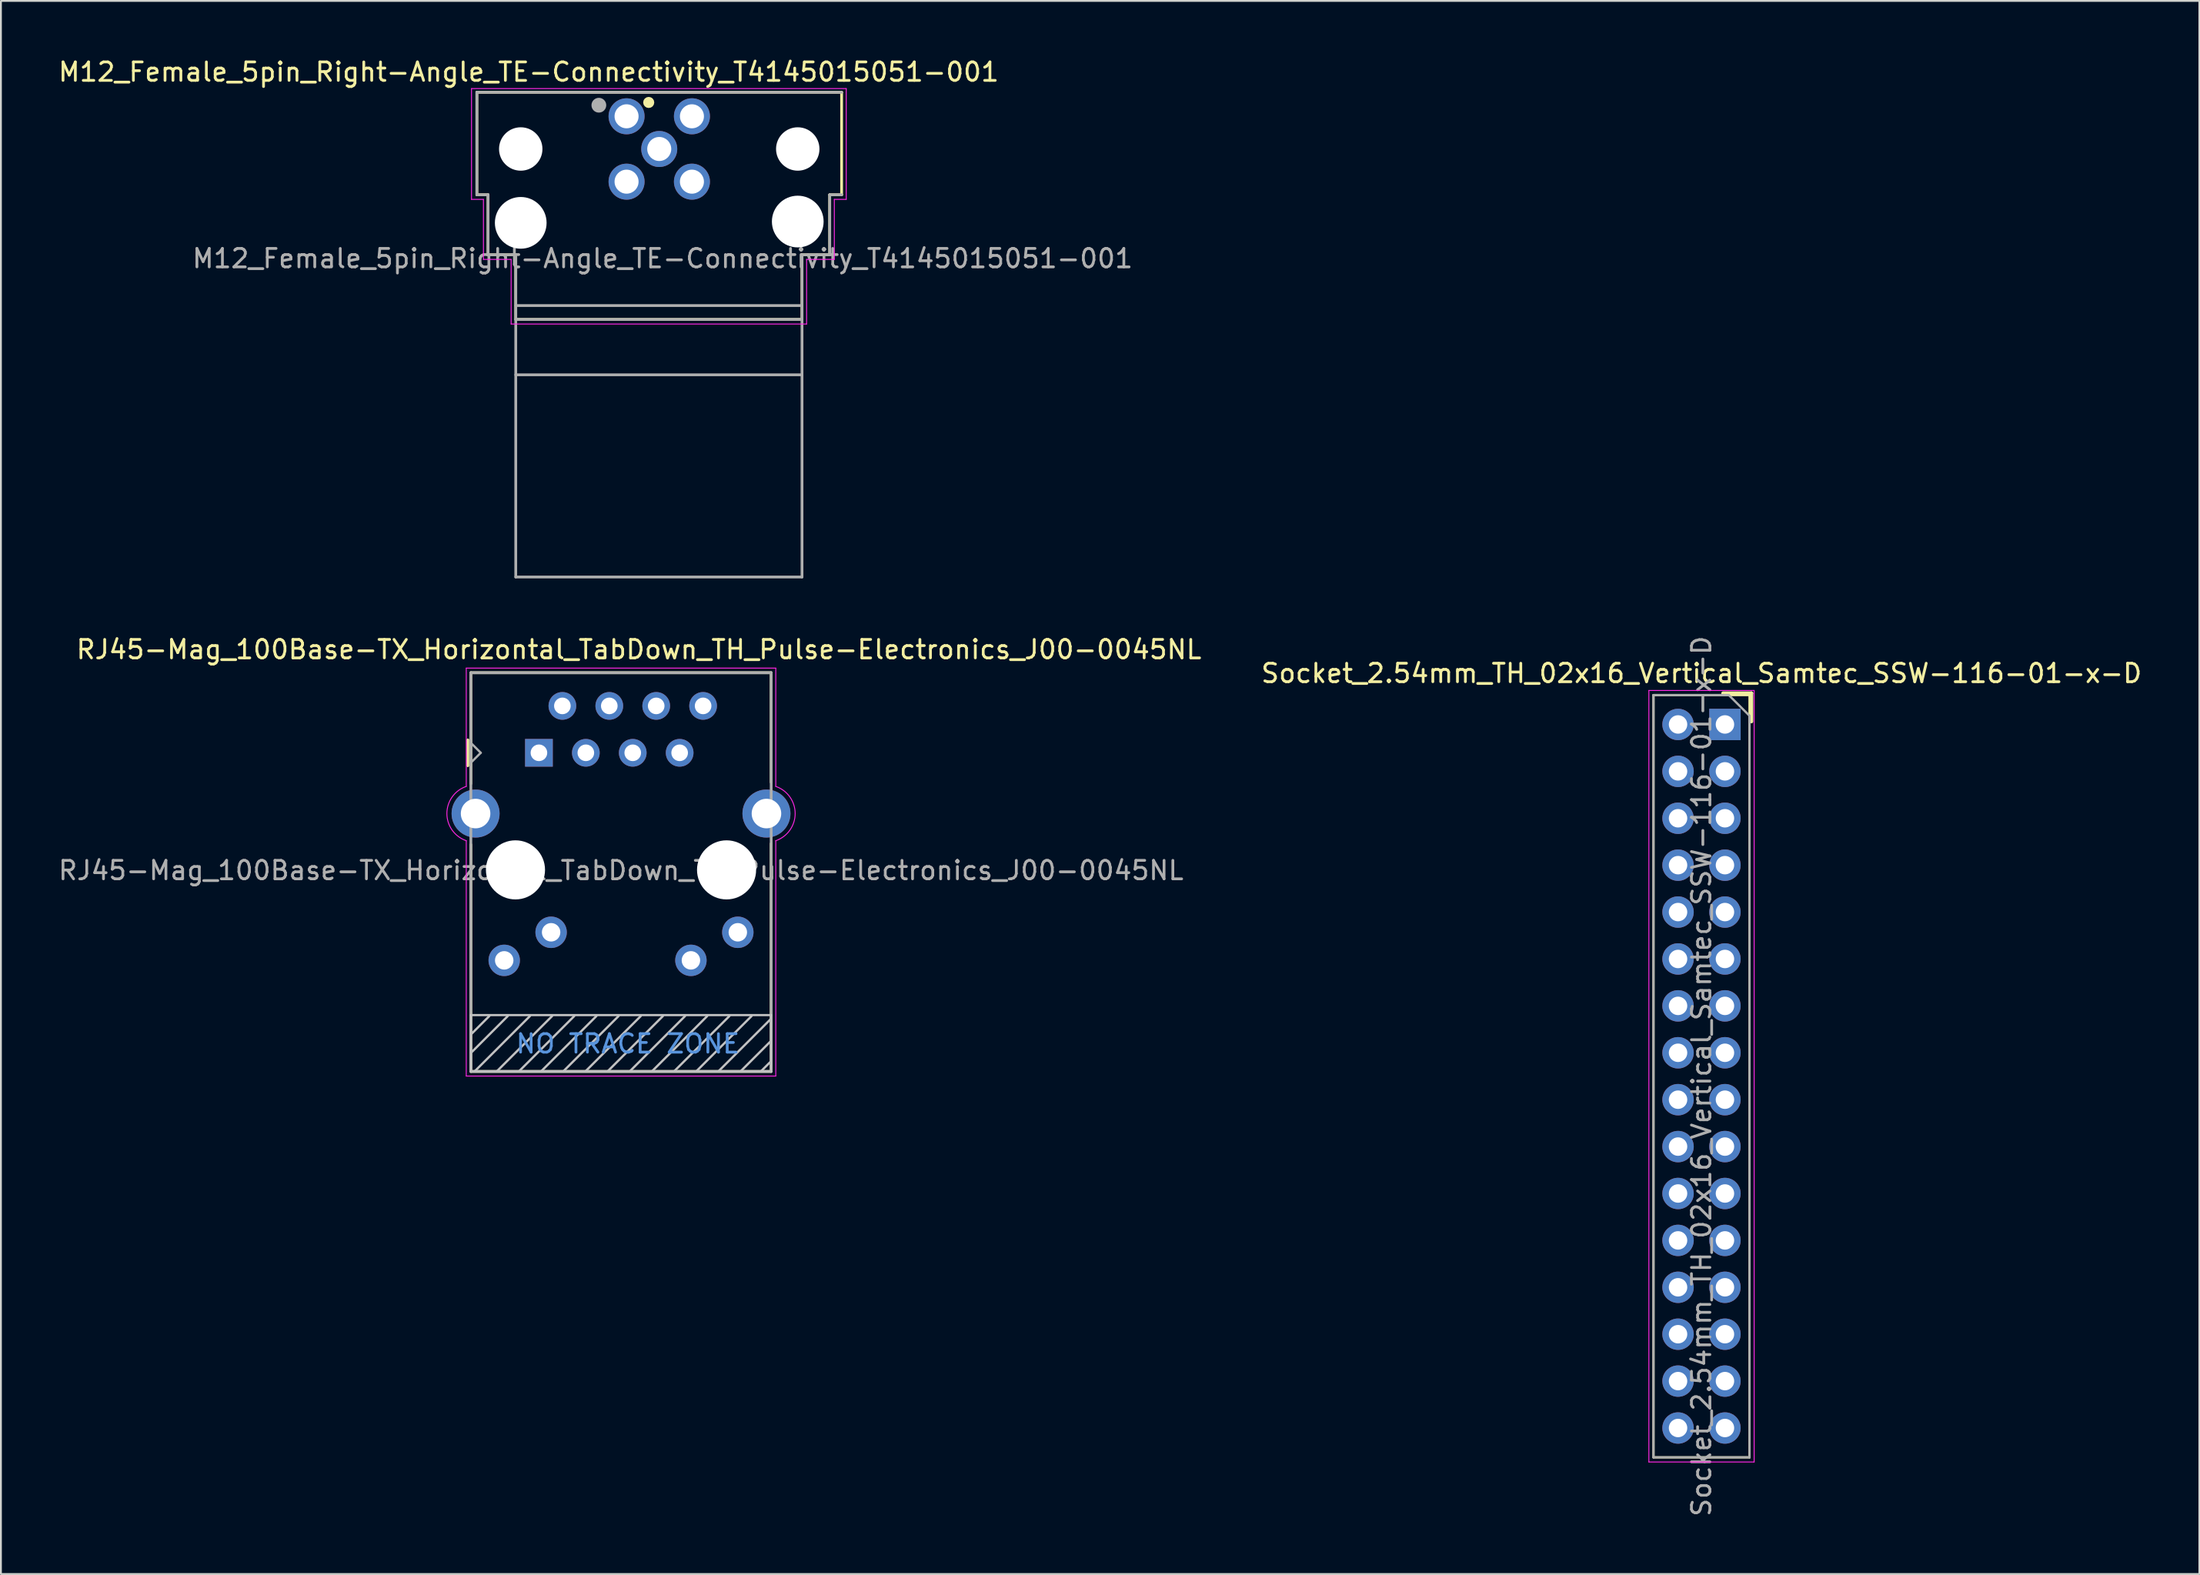
<source format=kicad_pcb>
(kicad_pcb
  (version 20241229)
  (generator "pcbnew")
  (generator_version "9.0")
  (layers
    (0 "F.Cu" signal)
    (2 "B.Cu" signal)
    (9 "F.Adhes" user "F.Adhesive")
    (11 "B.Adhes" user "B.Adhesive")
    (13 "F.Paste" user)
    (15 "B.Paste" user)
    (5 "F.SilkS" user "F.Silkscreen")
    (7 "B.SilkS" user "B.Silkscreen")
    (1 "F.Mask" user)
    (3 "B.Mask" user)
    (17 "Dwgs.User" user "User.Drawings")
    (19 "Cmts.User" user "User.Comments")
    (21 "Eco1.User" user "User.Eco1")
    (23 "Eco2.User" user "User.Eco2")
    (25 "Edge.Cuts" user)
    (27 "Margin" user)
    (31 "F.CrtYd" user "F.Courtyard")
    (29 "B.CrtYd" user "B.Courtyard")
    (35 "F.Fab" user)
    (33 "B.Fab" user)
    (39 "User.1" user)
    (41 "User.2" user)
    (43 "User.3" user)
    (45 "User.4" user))
  (footprint "Socket_2.54mm_TH_02x16_Vertical_Samtec_SSW-116-01-x-D"
    (layer "F.Cu")
    (at 90.353 36.182)
    (property "Reference" "Socket_2.54mm_TH_02x16_Vertical_Samtec_SSW-116-01-x-D" (at -1.27 -2.77 0) (unlocked yes) (layer "F.SilkS") (effects (font (size 1 1) (thickness 0.15))))
    (attr through_hole)
    (fp_line (start -3.87 -1.59) (end -3.87 39.69) (stroke (width 0.12) (type solid)) (layer "F.SilkS"))
    (fp_line (start -3.87 -1.59) (end 1.33 -1.59) (stroke (width 0.12) (type solid)) (layer "F.SilkS"))
    (fp_line (start -3.87 39.69) (end 1.33 39.69) (stroke (width 0.12) (type solid)) (layer "F.SilkS"))
    (fp_line (start -0.1 -1.69) (end 1.43 -1.69) (stroke (width 0.2) (type solid)) (layer "F.SilkS"))
    (fp_line (start 1.33 -1.59) (end 1.33 39.69) (stroke (width 0.12) (type solid)) (layer "F.SilkS"))
    (fp_line (start 1.43 -1.69) (end 1.43 -0.16) (stroke (width 0.2) (type solid)) (layer "F.SilkS"))
    (fp_line (start -4.12 -1.84) (end 1.58 -1.84) (stroke (width 0.05) (type solid)) (layer "F.CrtYd"))
    (fp_line (start -4.12 39.94) (end -4.12 -1.84) (stroke (width 0.05) (type solid)) (layer "F.CrtYd"))
    (fp_line (start 1.58 -1.84) (end 1.58 39.94) (stroke (width 0.05) (type solid)) (layer "F.CrtYd"))
    (fp_line (start 1.58 39.94) (end -4.12 39.94) (stroke (width 0.05) (type solid)) (layer "F.CrtYd"))
    (fp_line (start -3.87 -1.59) (end 0.21 -1.59) (stroke (width 0.12) (type solid)) (layer "F.Fab"))
    (fp_line (start -3.87 39.69) (end -3.87 -1.59) (stroke (width 0.12) (type solid)) (layer "F.Fab"))
    (fp_line (start 0.21 -1.59) (end 1.33 -0.47) (stroke (width 0.12) (type solid)) (layer "F.Fab"))
    (fp_line (start 1.33 -0.47) (end 1.33 39.69) (stroke (width 0.12) (type solid)) (layer "F.Fab"))
    (fp_line (start 1.33 39.69) (end -3.87 39.69) (stroke (width 0.12) (type solid)) (layer "F.Fab"))
    (fp_text user "${REFERENCE}" (at -1.27 19.05 90) (layer "F.Fab") (effects (font (size 1 1) (thickness 0.15))))
    (pad "1" thru_hole rect (at 0 0) (size 1.7 1.7) (drill 1) (layers "*.Cu" "*.Mask"))
    (pad "2" thru_hole oval (at -2.54 0) (size 1.7 1.7) (drill 1) (layers "*.Cu" "*.Mask"))
    (pad "3" thru_hole oval (at 0 2.54) (size 1.7 1.7) (drill 1) (layers "*.Cu" "*.Mask"))
    (pad "4" thru_hole oval (at -2.54 2.54) (size 1.7 1.7) (drill 1) (layers "*.Cu" "*.Mask"))
    (pad "5" thru_hole oval (at 0 5.08) (size 1.7 1.7) (drill 1) (layers "*.Cu" "*.Mask"))
    (pad "6" thru_hole oval (at -2.54 5.08) (size 1.7 1.7) (drill 1) (layers "*.Cu" "*.Mask"))
    (pad "7" thru_hole oval (at 0 7.62) (size 1.7 1.7) (drill 1) (layers "*.Cu" "*.Mask"))
    (pad "8" thru_hole oval (at -2.54 7.62) (size 1.7 1.7) (drill 1) (layers "*.Cu" "*.Mask"))
    (pad "9" thru_hole oval (at 0 10.16) (size 1.7 1.7) (drill 1) (layers "*.Cu" "*.Mask"))
    (pad "10" thru_hole oval (at -2.54 10.16) (size 1.7 1.7) (drill 1) (layers "*.Cu" "*.Mask"))
    (pad "11" thru_hole oval (at 0 12.7) (size 1.7 1.7) (drill 1) (layers "*.Cu" "*.Mask"))
    (pad "12" thru_hole oval (at -2.54 12.7) (size 1.7 1.7) (drill 1) (layers "*.Cu" "*.Mask"))
    (pad "13" thru_hole oval (at 0 15.24) (size 1.7 1.7) (drill 1) (layers "*.Cu" "*.Mask"))
    (pad "14" thru_hole oval (at -2.54 15.24) (size 1.7 1.7) (drill 1) (layers "*.Cu" "*.Mask"))
    (pad "15" thru_hole oval (at 0 17.78) (size 1.7 1.7) (drill 1) (layers "*.Cu" "*.Mask"))
    (pad "16" thru_hole oval (at -2.54 17.78) (size 1.7 1.7) (drill 1) (layers "*.Cu" "*.Mask"))
    (pad "17" thru_hole oval (at 0 20.32) (size 1.7 1.7) (drill 1) (layers "*.Cu" "*.Mask"))
    (pad "18" thru_hole oval (at -2.54 20.32) (size 1.7 1.7) (drill 1) (layers "*.Cu" "*.Mask"))
    (pad "19" thru_hole oval (at 0 22.86) (size 1.7 1.7) (drill 1) (layers "*.Cu" "*.Mask"))
    (pad "20" thru_hole oval (at -2.54 22.86) (size 1.7 1.7) (drill 1) (layers "*.Cu" "*.Mask"))
    (pad "21" thru_hole oval (at 0 25.4) (size 1.7 1.7) (drill 1) (layers "*.Cu" "*.Mask"))
    (pad "22" thru_hole oval (at -2.54 25.4) (size 1.7 1.7) (drill 1) (layers "*.Cu" "*.Mask"))
    (pad "23" thru_hole oval (at 0 27.94) (size 1.7 1.7) (drill 1) (layers "*.Cu" "*.Mask"))
    (pad "24" thru_hole oval (at -2.54 27.94) (size 1.7 1.7) (drill 1) (layers "*.Cu" "*.Mask"))
    (pad "25" thru_hole oval (at 0 30.48) (size 1.7 1.7) (drill 1) (layers "*.Cu" "*.Mask"))
    (pad "26" thru_hole oval (at -2.54 30.48) (size 1.7 1.7) (drill 1) (layers "*.Cu" "*.Mask"))
    (pad "27" thru_hole oval (at 0 33.02) (size 1.7 1.7) (drill 1) (layers "*.Cu" "*.Mask"))
    (pad "28" thru_hole oval (at -2.54 33.02) (size 1.7 1.7) (drill 1) (layers "*.Cu" "*.Mask"))
    (pad "29" thru_hole oval (at 0 35.56) (size 1.7 1.7) (drill 1) (layers "*.Cu" "*.Mask"))
    (pad "30" thru_hole oval (at -2.54 35.56) (size 1.7 1.7) (drill 1) (layers "*.Cu" "*.Mask"))
    (pad "31" thru_hole oval (at 0 38.1) (size 1.7 1.7) (drill 1) (layers "*.Cu" "*.Mask"))
    (pad "32" thru_hole oval (at -2.54 38.1) (size 1.7 1.7) (drill 1) (layers "*.Cu" "*.Mask")))
  (footprint "RJ45-Mag_100Base-TX_Horizontal_TabDown_TH_Pulse-Electronics_J00-0045NL"
    (layer "F.Cu")
    (at 26.132 37.717)
    (property "Reference" "RJ45-Mag_100Base-TX_Horizontal_TabDown_TH_Pulse-Electronics_J00-0045NL" (at 5.415 -5.595 0) (unlocked yes) (layer "F.SilkS") (effects (font (size 1 1) (thickness 0.15))))
    (attr through_hole)
    (fp_line (start -3.85 0.7) (end -3.85 -0.7) (stroke (width 0.15) (type solid)) (layer "F.SilkS"))
    (fp_line (start -3.685 -4.335) (end 12.575 -4.335) (stroke (width 0.15) (type solid)) (layer "F.SilkS"))
    (fp_line (start -3.685 1.675) (end -3.685 -4.335) (stroke (width 0.15) (type solid)) (layer "F.SilkS"))
    (fp_line (start -3.685 17.255) (end -3.685 4.97) (stroke (width 0.15) (type solid)) (layer "F.SilkS"))
    (fp_line (start 12.575 -4.335) (end 12.575 1.595) (stroke (width 0.15) (type solid)) (layer "F.SilkS"))
    (fp_line (start 12.575 4.915) (end 12.575 17.255) (stroke (width 0.15) (type solid)) (layer "F.SilkS"))
    (fp_line (start 12.575 17.255) (end -3.685 17.255) (stroke (width 0.15) (type solid)) (layer "F.SilkS"))
    (fp_line (start -3.685 14.205) (end 12.575 14.205) (stroke (width 0.12) (type solid)) (layer "Dwgs.User"))
    (fp_line (start -3.685 15.255) (end -2.685 14.255) (stroke (width 0.12) (type solid)) (layer "Dwgs.User"))
    (fp_line (start -3.685 16.255) (end -1.685 14.255) (stroke (width 0.12) (type solid)) (layer "Dwgs.User"))
    (fp_line (start -3.685 17.255) (end -3.685 14.205) (stroke (width 0.12) (type solid)) (layer "Dwgs.User"))
    (fp_line (start -3.485 17.255) (end -0.485 14.255) (stroke (width 0.12) (type solid)) (layer "Dwgs.User"))
    (fp_line (start -2.285 17.255) (end 0.715 14.255) (stroke (width 0.12) (type solid)) (layer "Dwgs.User"))
    (fp_line (start -1.085 17.255) (end 1.915 14.255) (stroke (width 0.12) (type solid)) (layer "Dwgs.User"))
    (fp_line (start 0.115 17.255) (end 3.115 14.255) (stroke (width 0.12) (type solid)) (layer "Dwgs.User"))
    (fp_line (start 1.315 17.255) (end 4.315 14.255) (stroke (width 0.12) (type solid)) (layer "Dwgs.User"))
    (fp_line (start 2.515 17.255) (end 5.515 14.255) (stroke (width 0.12) (type solid)) (layer "Dwgs.User"))
    (fp_line (start 3.715 17.255) (end 6.715 14.255) (stroke (width 0.12) (type solid)) (layer "Dwgs.User"))
    (fp_line (start 4.915 17.255) (end 7.915 14.255) (stroke (width 0.12) (type solid)) (layer "Dwgs.User"))
    (fp_line (start 6.115 17.255) (end 9.115 14.255) (stroke (width 0.12) (type solid)) (layer "Dwgs.User"))
    (fp_line (start 7.315 17.255) (end 10.315 14.255) (stroke (width 0.12) (type solid)) (layer "Dwgs.User"))
    (fp_line (start 8.515 17.255) (end 11.515 14.255) (stroke (width 0.12) (type solid)) (layer "Dwgs.User"))
    (fp_line (start 9.715 17.255) (end 12.515 14.455) (stroke (width 0.12) (type solid)) (layer "Dwgs.User"))
    (fp_line (start 10.915 17.255) (end 12.515 15.655) (stroke (width 0.12) (type solid)) (layer "Dwgs.User"))
    (fp_line (start 12.015 17.255) (end 12.515 16.755) (stroke (width 0.12) (type solid)) (layer "Dwgs.User"))
    (fp_line (start 12.575 14.205) (end 12.575 17.255) (stroke (width 0.12) (type solid)) (layer "Dwgs.User"))
    (fp_line (start 12.575 17.255) (end -3.685 17.255) (stroke (width 0.12) (type solid)) (layer "Dwgs.User"))
    (fp_line (start -3.935 1.82) (end -3.935 -4.585) (stroke (width 0.05) (type solid)) (layer "F.CrtYd"))
    (fp_line (start -3.935 17.505) (end -3.935 4.76) (stroke (width 0.05) (type solid)) (layer "F.CrtYd"))
    (fp_line (start -3.935 17.505) (end 12.825 17.505) (stroke (width 0.05) (type solid)) (layer "F.CrtYd"))
    (fp_line (start 12.825 -4.585) (end -3.935 -4.585) (stroke (width 0.05) (type solid)) (layer "F.CrtYd"))
    (fp_line (start 12.825 1.82) (end 12.825 -4.585) (stroke (width 0.05) (type solid)) (layer "F.CrtYd"))
    (fp_line (start 12.825 17.505) (end 12.825 4.76) (stroke (width 0.05) (type solid)) (layer "F.CrtYd"))
    (fp_arc (start -3.934999 4.759999) (mid -4.984323 3.29) (end -3.935 1.820001) (stroke (width 0.05) (type solid)) (layer "F.CrtYd"))
    (fp_arc (start 12.825 1.820001) (mid 13.874324 3.29) (end 12.824999 4.759999) (stroke (width 0.05) (type solid)) (layer "F.CrtYd"))
    (fp_line (start -3.685 -4.335) (end 12.575 -4.335) (stroke (width 0.15) (type solid)) (layer "F.Fab"))
    (fp_line (start -3.685 17.255) (end -3.685 -4.335) (stroke (width 0.15) (type solid)) (layer "F.Fab"))
    (fp_line (start -3.15 0) (end -3.65 -0.5) (stroke (width 0.12) (type solid)) (layer "F.Fab"))
    (fp_line (start -3.15 0) (end -3.65 0.5) (stroke (width 0.12) (type solid)) (layer "F.Fab"))
    (fp_line (start 12.575 -4.335) (end 12.575 17.255) (stroke (width 0.15) (type solid)) (layer "F.Fab"))
    (fp_line (start 12.575 17.255) (end -3.685 17.255) (stroke (width 0.15) (type solid)) (layer "F.Fab"))
    (fp_text user "NO TRACE ZONE" (at 4.815 15.755 0) (layer "Cmts.User") (effects (font (size 1 1) (thickness 0.15))))
    (fp_text user "${REFERENCE}" (at 4.445 6.37 0) (layer "F.Fab") (effects (font (size 1 1) (thickness 0.15))))
    (pad "" np_thru_hole circle (at -1.27 6.34) (size 3.2 3.2) (drill 3.2) (layers "*.Cu" "*.Mask"))
    (pad "" np_thru_hole circle (at 10.16 6.34) (size 3.2 3.2) (drill 3.2) (layers "*.Cu" "*.Mask"))
    (pad "1" thru_hole rect (at 0 0) (size 1.5 1.5) (drill 0.9) (layers "*.Cu" "*.Mask"))
    (pad "2" thru_hole circle (at 1.27 -2.54) (size 1.5 1.5) (drill 0.9) (layers "*.Cu" "*.Mask"))
    (pad "3" thru_hole circle (at 2.54 0) (size 1.5 1.5) (drill 0.9) (layers "*.Cu" "*.Mask"))
    (pad "4" thru_hole circle (at 3.81 -2.54) (size 1.5 1.5) (drill 0.9) (layers "*.Cu" "*.Mask"))
    (pad "5" thru_hole circle (at 5.08 0) (size 1.5 1.5) (drill 0.9) (layers "*.Cu" "*.Mask"))
    (pad "6" thru_hole circle (at 6.35 -2.54) (size 1.5 1.5) (drill 0.9) (layers "*.Cu" "*.Mask"))
    (pad "7" thru_hole circle (at 7.62 0) (size 1.5 1.5) (drill 0.9) (layers "*.Cu" "*.Mask"))
    (pad "8" thru_hole circle (at 8.89 -2.54) (size 1.5 1.5) (drill 0.9) (layers "*.Cu" "*.Mask"))
    (pad "9" thru_hole circle (at -1.88 11.24) (size 1.7 1.7) (drill 1) (layers "*.Cu" "*.Mask"))
    (pad "10" thru_hole circle (at 0.66 9.72) (size 1.7 1.7) (drill 1) (layers "*.Cu" "*.Mask"))
    (pad "11" thru_hole circle (at 8.23 11.24) (size 1.7 1.7) (drill 1) (layers "*.Cu" "*.Mask"))
    (pad "12" thru_hole circle (at 10.77 9.72) (size 1.7 1.7) (drill 1) (layers "*.Cu" "*.Mask"))
    (pad "SH" thru_hole circle (at -3.43 3.29) (size 2.6 2.6) (drill 1.6) (layers "*.Cu" "*.Mask"))
    (pad "SH" thru_hole circle (at 12.32 3.29) (size 2.6 2.6) (drill 1.6) (layers "*.Cu" "*.Mask")))
  (footprint "M12_Female_5pin_Right-Angle_TE-Connectivity_T4145015051-001"
    (layer "F.Cu")
    (at 30.877 3.248)
    (property "Reference" "M12_Female_5pin_Right-Angle_TE-Connectivity_T4145015051-001" (at -5.3 -2.4 0) (unlocked yes) (layer "F.SilkS") (effects (font (size 1 1) (thickness 0.15))))
    (attr through_hole)
    (fp_line (start -8.105 -1.3) (end -8.105 4.25) (stroke (width 0.15) (type solid)) (layer "F.SilkS"))
    (fp_line (start -8.105 -1.3) (end 11.645 -1.3) (stroke (width 0.15) (type solid)) (layer "F.SilkS"))
    (fp_line (start -8.105 4.25) (end -7.5 4.25) (stroke (width 0.15) (type solid)) (layer "F.SilkS"))
    (fp_line (start -7.5 4.25) (end -7.5 7.5) (stroke (width 0.15) (type solid)) (layer "F.SilkS"))
    (fp_line (start -6 7.5) (end -7.5 7.5) (stroke (width 0.15) (type solid)) (layer "F.SilkS"))
    (fp_line (start -6 7.5) (end -6 11) (stroke (width 0.15) (type solid)) (layer "F.SilkS"))
    (fp_line (start -6 11) (end 9.5 11) (stroke (width 0.15) (type solid)) (layer "F.SilkS"))
    (fp_line (start 9.5 7.5) (end 9.5 11) (stroke (width 0.15) (type solid)) (layer "F.SilkS"))
    (fp_line (start 9.5 7.5) (end 11 7.5) (stroke (width 0.15) (type solid)) (layer "F.SilkS"))
    (fp_line (start 11 4.25) (end 11 7.5) (stroke (width 0.15) (type solid)) (layer "F.SilkS"))
    (fp_line (start 11 4.25) (end 11.645 4.25) (stroke (width 0.15) (type solid)) (layer "F.SilkS"))
    (fp_line (start 11.645 -1.3) (end 11.645 4.25) (stroke (width 0.15) (type solid)) (layer "F.SilkS"))
    (fp_circle (center 1.2 -0.75) (end 1.35 -0.75) (stroke (width 0.3) (type solid)) (fill no) (layer "F.SilkS"))
    (fp_line (start -8.395 -1.5) (end -8.395 4.5) (stroke (width 0.05) (type solid)) (layer "F.CrtYd"))
    (fp_line (start -8.395 -1.5) (end 11.895 -1.5) (stroke (width 0.05) (type solid)) (layer "F.CrtYd"))
    (fp_line (start -7.75 4.5) (end -8.395 4.5) (stroke (width 0.05) (type solid)) (layer "F.CrtYd"))
    (fp_line (start -7.75 7.75) (end -7.75 4.5) (stroke (width 0.05) (type solid)) (layer "F.CrtYd"))
    (fp_line (start -7.75 7.75) (end -6.25 7.75) (stroke (width 0.05) (type solid)) (layer "F.CrtYd"))
    (fp_line (start -6.25 7.75) (end -6.25 11.25) (stroke (width 0.05) (type solid)) (layer "F.CrtYd"))
    (fp_line (start -6.25 11.25) (end 9.75 11.25) (stroke (width 0.05) (type solid)) (layer "F.CrtYd"))
    (fp_line (start 9.75 7.75) (end 9.75 11.25) (stroke (width 0.05) (type solid)) (layer "F.CrtYd"))
    (fp_line (start 11.25 4.5) (end 11.895 4.5) (stroke (width 0.05) (type solid)) (layer "F.CrtYd"))
    (fp_line (start 11.25 7.75) (end 9.75 7.75) (stroke (width 0.05) (type solid)) (layer "F.CrtYd"))
    (fp_line (start 11.25 7.75) (end 11.25 4.5) (stroke (width 0.05) (type solid)) (layer "F.CrtYd"))
    (fp_line (start 11.895 -1.5) (end 11.895 4.5) (stroke (width 0.05) (type solid)) (layer "F.CrtYd"))
    (fp_line (start -8.105 -1.3) (end -8.105 4.25) (stroke (width 0.15) (type solid)) (layer "F.Fab"))
    (fp_line (start -8.105 -1.3) (end 11.645 -1.3) (stroke (width 0.15) (type solid)) (layer "F.Fab"))
    (fp_line (start -8.105 4.25) (end -7.5 4.25) (stroke (width 0.15) (type solid)) (layer "F.Fab"))
    (fp_line (start -7.5 4.25) (end -7.5 7.5) (stroke (width 0.15) (type solid)) (layer "F.Fab"))
    (fp_line (start -6 7.5) (end -7.5 7.5) (stroke (width 0.15) (type solid)) (layer "F.Fab"))
    (fp_line (start -6 7.5) (end -6 24.95) (stroke (width 0.15) (type solid)) (layer "F.Fab"))
    (fp_line (start -6 10.25) (end 9.5 10.25) (stroke (width 0.15) (type solid)) (layer "F.Fab"))
    (fp_line (start -6 11) (end 9.5 11) (stroke (width 0.15) (type solid)) (layer "F.Fab"))
    (fp_line (start -6 14) (end 9.5 14) (stroke (width 0.15) (type solid)) (layer "F.Fab"))
    (fp_line (start -6 24.95) (end 9.5 24.95) (stroke (width 0.15) (type solid)) (layer "F.Fab"))
    (fp_line (start 9.5 7.5) (end 9.5 24.95) (stroke (width 0.15) (type solid)) (layer "F.Fab"))
    (fp_line (start 9.5 7.5) (end 11 7.5) (stroke (width 0.15) (type solid)) (layer "F.Fab"))
    (fp_line (start 11 4.25) (end 11 7.5) (stroke (width 0.15) (type solid)) (layer "F.Fab"))
    (fp_line (start 11 4.25) (end 11.645 4.25) (stroke (width 0.15) (type solid)) (layer "F.Fab"))
    (fp_circle (center -1.5 -0.6) (end -1.3 -0.6) (stroke (width 0.4) (type solid)) (fill no) (layer "F.Fab"))
    (fp_text user "${REFERENCE}" (at 1.95 7.7 0) (layer "F.Fab") (effects (font (size 1 1) (thickness 0.15))))
    (pad "" np_thru_hole circle (at -5.73 1.77) (size 2.35 2.35) (drill 2.35) (layers "*.Cu" "*.Mask"))
    (pad "" np_thru_hole circle (at -5.73 5.77) (size 2.8 2.8) (drill 2.8) (layers "*.Cu" "*.Mask"))
    (pad "" np_thru_hole circle (at 9.27 1.77) (size 2.35 2.35) (drill 2.35) (layers "*.Cu" "*.Mask"))
    (pad "" np_thru_hole circle (at 9.27 5.7) (size 2.8 2.8) (drill 2.8) (layers "*.Cu" "*.Mask"))
    (pad "1" thru_hole circle (at 0 0) (size 1.95 1.95) (drill 1.3) (layers "*.Cu" "*.Mask"))
    (pad "2" thru_hole circle (at 3.54 0) (size 1.95 1.95) (drill 1.3) (layers "*.Cu" "*.Mask"))
    (pad "3" thru_hole circle (at 3.54 3.54) (size 1.95 1.95) (drill 1.3) (layers "*.Cu" "*.Mask"))
    (pad "4" thru_hole circle (at 0 3.54) (size 1.95 1.95) (drill 1.3) (layers "*.Cu" "*.Mask"))
    (pad "5" thru_hole circle (at 1.77 1.77) (size 1.95 1.95) (drill 1.3) (layers "*.Cu" "*.Mask")))
  (gr_rect
    (start -3 -3)
    (end 116.041 82.19)
    (stroke (width 0.1) (type default))
    (fill no)
    (layer "Edge.Cuts")))
</source>
